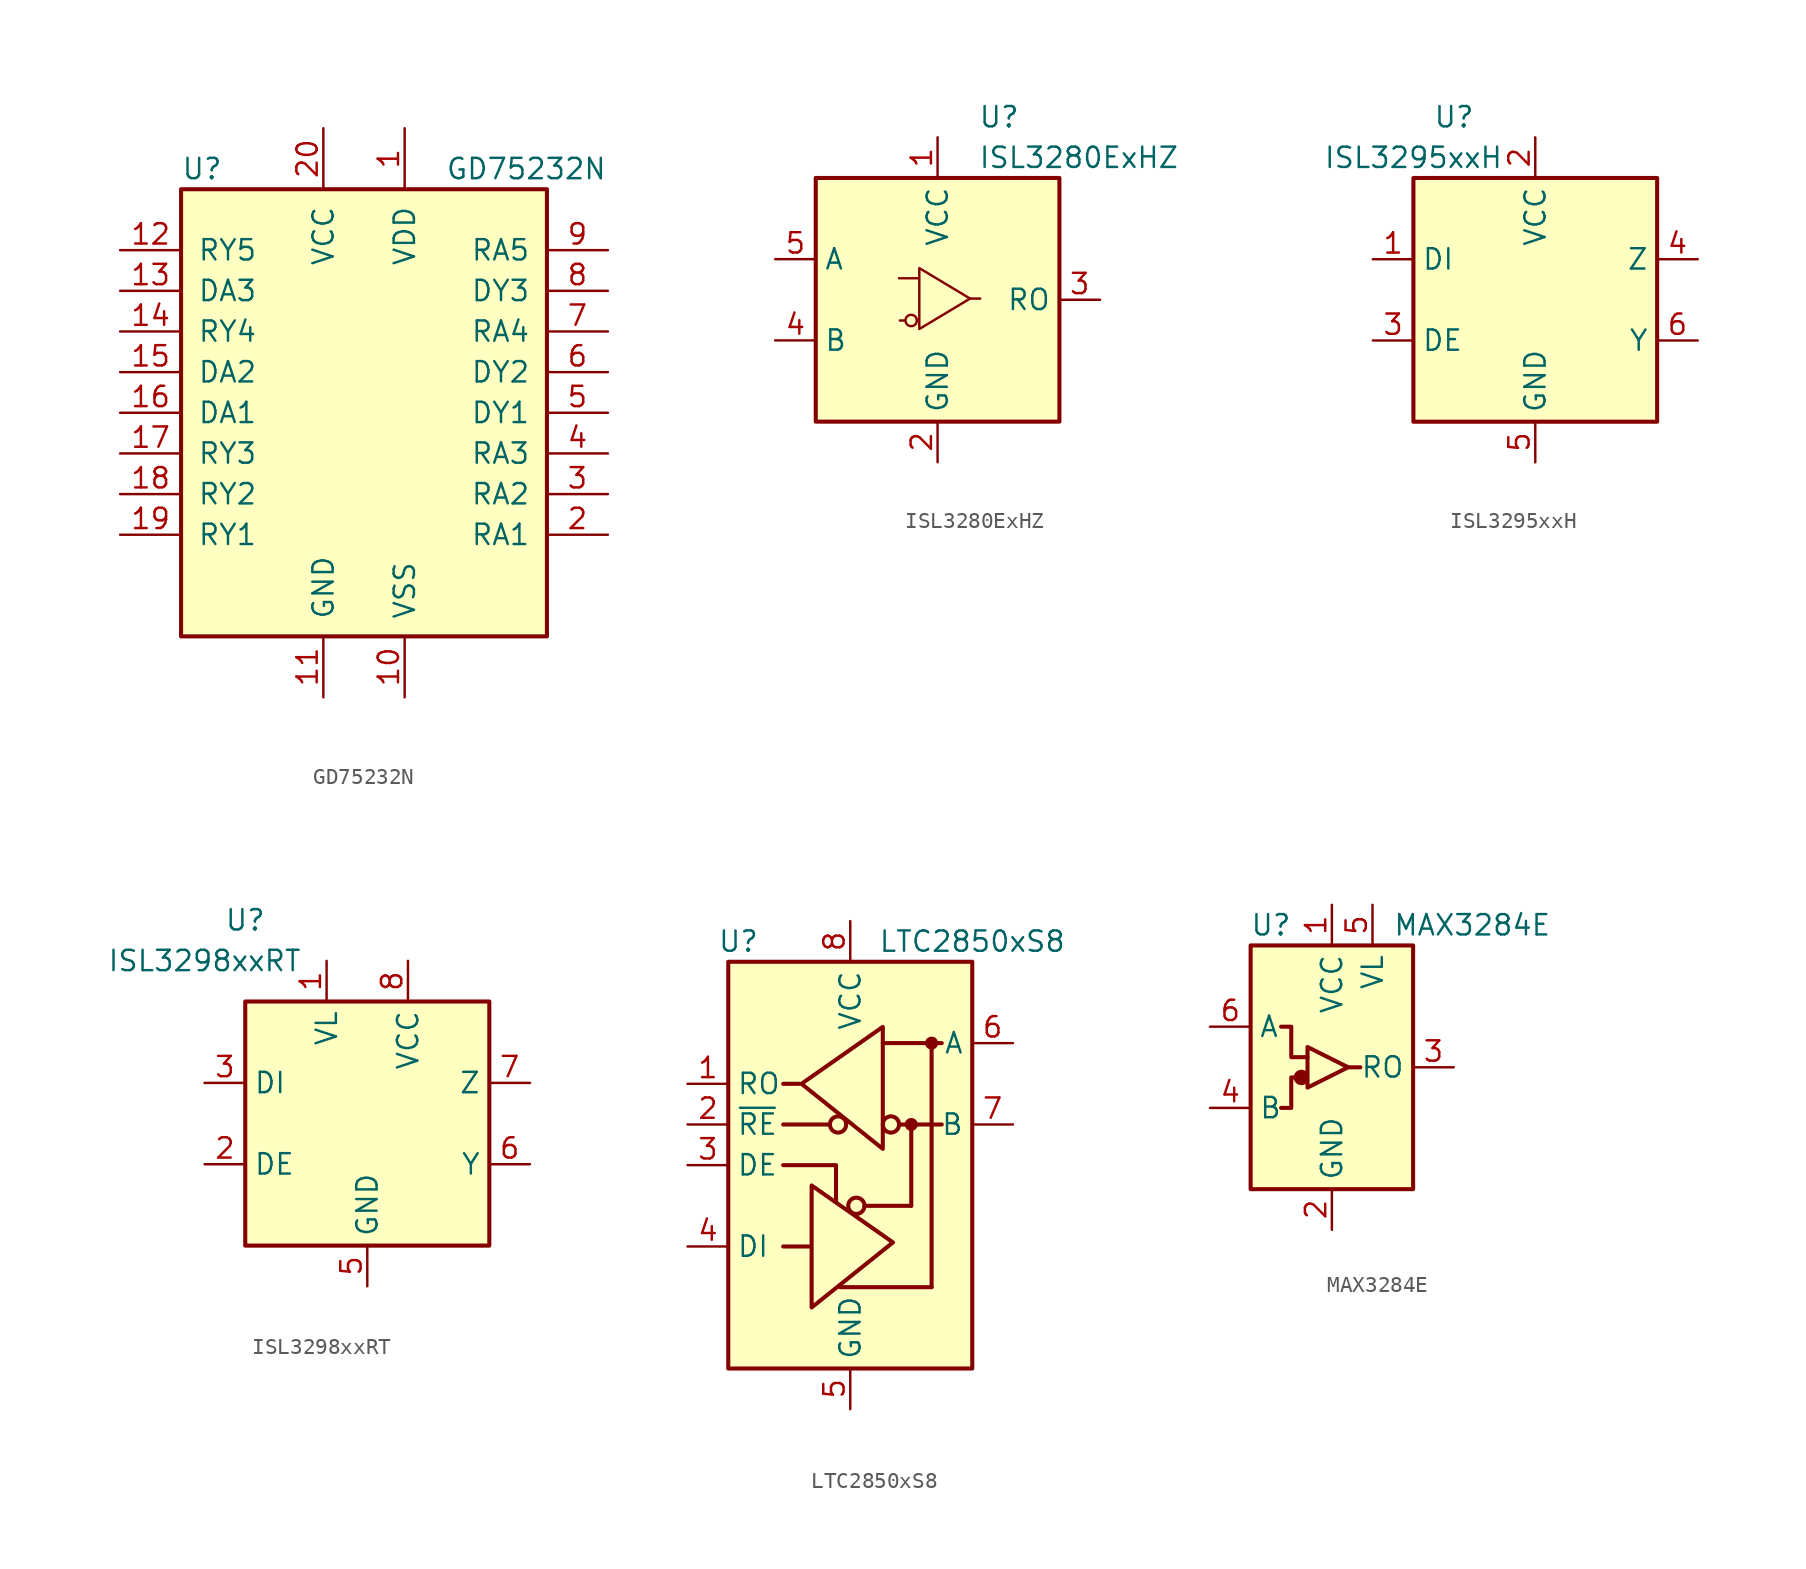
<source format=kicad_sym>
(kicad_symbol_lib
  (version 20201005)
  (generator kicad_symbol_editor)
  (symbol "Interface_UART:GD75232N"
    (pin_names
      (offset 1.016))
    (property "Reference" "U"
      (at -11.43 15.24 0)
      (effects (font (size 1.27 1.27)) (justify left)))
    (property "Value" "GD75232N"
      (at 5.08 15.24 0)
      (effects (font (size 1.27 1.27)) (justify left)))
    (symbol "GD75232N_0_1"
      (rectangle (start -11.43 13.97) (end 11.43 -13.97) (stroke (width 0.254)) (fill (type background))))
    (symbol "GD75232N_1_1"
      (pin power_in line (at 2.54 17.78 270) (length 3.81) (name "VDD" (effects (font (size 1.27 1.27)))) (number "1" (effects (font (size 1.27 1.27)))))
      (pin power_in line (at 2.54 -17.78 90) (length 3.81) (name "VSS" (effects (font (size 1.27 1.27)))) (number "10" (effects (font (size 1.27 1.27)))))
      (pin power_in line (at -2.54 -17.78 90) (length 3.81) (name "GND" (effects (font (size 1.27 1.27)))) (number "11" (effects (font (size 1.27 1.27)))))
      (pin output line (at -15.24 10.16 0) (length 3.81) (name "RY5" (effects (font (size 1.27 1.27)))) (number "12" (effects (font (size 1.27 1.27)))))
      (pin input line (at -15.24 7.62 0) (length 3.81) (name "DA3" (effects (font (size 1.27 1.27)))) (number "13" (effects (font (size 1.27 1.27)))))
      (pin output line (at -15.24 5.08 0) (length 3.81) (name "RY4" (effects (font (size 1.27 1.27)))) (number "14" (effects (font (size 1.27 1.27)))))
      (pin input line (at -15.24 2.54 0) (length 3.81) (name "DA2" (effects (font (size 1.27 1.27)))) (number "15" (effects (font (size 1.27 1.27)))))
      (pin input line (at -15.24 0 0) (length 3.81) (name "DA1" (effects (font (size 1.27 1.27)))) (number "16" (effects (font (size 1.27 1.27)))))
      (pin output line (at -15.24 -2.54 0) (length 3.81) (name "RY3" (effects (font (size 1.27 1.27)))) (number "17" (effects (font (size 1.27 1.27)))))
      (pin output line (at -15.24 -5.08 0) (length 3.81) (name "RY2" (effects (font (size 1.27 1.27)))) (number "18" (effects (font (size 1.27 1.27)))))
      (pin output line (at -15.24 -7.62 0) (length 3.81) (name "RY1" (effects (font (size 1.27 1.27)))) (number "19" (effects (font (size 1.27 1.27)))))
      (pin input line (at 15.24 -7.62 180) (length 3.81) (name "RA1" (effects (font (size 1.27 1.27)))) (number "2" (effects (font (size 1.27 1.27)))))
      (pin power_in line (at -2.54 17.78 270) (length 3.81) (name "VCC" (effects (font (size 1.27 1.27)))) (number "20" (effects (font (size 1.27 1.27)))))
      (pin input line (at 15.24 -5.08 180) (length 3.81) (name "RA2" (effects (font (size 1.27 1.27)))) (number "3" (effects (font (size 1.27 1.27)))))
      (pin input line (at 15.24 -2.54 180) (length 3.81) (name "RA3" (effects (font (size 1.27 1.27)))) (number "4" (effects (font (size 1.27 1.27)))))
      (pin output line (at 15.24 0 180) (length 3.81) (name "DY1" (effects (font (size 1.27 1.27)))) (number "5" (effects (font (size 1.27 1.27)))))
      (pin output line (at 15.24 2.54 180) (length 3.81) (name "DY2" (effects (font (size 1.27 1.27)))) (number "6" (effects (font (size 1.27 1.27)))))
      (pin input line (at 15.24 5.08 180) (length 3.81) (name "RA4" (effects (font (size 1.27 1.27)))) (number "7" (effects (font (size 1.27 1.27)))))
      (pin output line (at 15.24 7.62 180) (length 3.81) (name "DY3" (effects (font (size 1.27 1.27)))) (number "8" (effects (font (size 1.27 1.27)))))
      (pin input line (at 15.24 10.16 180) (length 3.81) (name "RA5" (effects (font (size 1.27 1.27)))) (number "9" (effects (font (size 1.27 1.27)))))))
  (symbol "Interface_UART:ISL3280ExHZ"
    (property "Reference" "U"
      (at 2.54 11.43 0)
      (effects (font (size 1.27 1.27)) (justify left)))
    (property "Value" "ISL3280ExHZ"
      (at 2.54 8.89 0)
      (effects (font (size 1.27 1.27)) (justify left)))
    (symbol "ISL3280ExHZ_0_1"
      (circle (center -1.651 -1.295) (radius 0.356) (stroke (width 0)) (fill (type none)))
      (rectangle (start 7.62 7.62) (end -7.62 -7.62) (stroke (width 0.254)) (fill (type background)))
      (polyline (pts (xy -2.057 -1.295) (xy -2.362 -1.295)) (stroke (width 0)) (fill (type none)))
      (polyline (pts (xy 2.032 0.076) (xy 2.667 0.076)) (stroke (width 0)) (fill (type none)))
      (polyline (pts (xy -1.143 1.981) (xy -1.143 -1.829) (xy 2.032 0.076) (xy -1.143 1.981) (xy -1.143 1.346) (xy -2.413 1.346)) (stroke (width 0)) (fill (type none))))
    (symbol "ISL3280ExHZ_1_1"
      (pin power_in line (at 0 10.16 270) (length 2.54) (name "VCC" (effects (font (size 1.27 1.27)))) (number "1" (effects (font (size 1.27 1.27)))))
      (pin power_in line (at 0 -10.16 90) (length 2.54) (name "GND" (effects (font (size 1.27 1.27)))) (number "2" (effects (font (size 1.27 1.27)))))
      (pin output line (at 10.16 0 180) (length 2.54) (name "RO" (effects (font (size 1.27 1.27)))) (number "3" (effects (font (size 1.27 1.27)))))
      (pin input line (at -10.16 -2.54 0) (length 2.54) (name "B" (effects (font (size 1.27 1.27)))) (number "4" (effects (font (size 1.27 1.27)))))
      (pin input line (at -10.16 2.54 0) (length 2.54) (name "A" (effects (font (size 1.27 1.27)))) (number "5" (effects (font (size 1.27 1.27)))))))
  (symbol "Interface_UART:ISL3295xxH"
    (property "Reference" "U"
      (at -5.08 11.43 0)
      (effects (font (size 1.27 1.27))))
    (property "Value" "ISL3295xxH"
      (at -7.62 8.89 0)
      (effects (font (size 1.27 1.27))))
    (symbol "ISL3295xxH_0_1"
      (polyline (pts (xy -7.62 7.62) (xy 7.62 7.62) (xy 7.62 -7.62) (xy -7.62 -7.62) (xy -7.62 7.62)) (stroke (width 0.254)) (fill (type background))))
    (symbol "ISL3295xxH_1_1"
      (pin input line (at -10.16 2.54 0) (length 2.54) (name "DI" (effects (font (size 1.27 1.27)))) (number "1" (effects (font (size 1.27 1.27)))))
      (pin power_in line (at 0 10.16 270) (length 2.54) (name "VCC" (effects (font (size 1.27 1.27)))) (number "2" (effects (font (size 1.27 1.27)))))
      (pin input line (at -10.16 -2.54 0) (length 2.54) (name "DE" (effects (font (size 1.27 1.27)))) (number "3" (effects (font (size 1.27 1.27)))))
      (pin output line (at 10.16 2.54 180) (length 2.54) (name "Z" (effects (font (size 1.27 1.27)))) (number "4" (effects (font (size 1.27 1.27)))))
      (pin power_in line (at 0 -10.16 90) (length 2.54) (name "GND" (effects (font (size 1.27 1.27)))) (number "5" (effects (font (size 1.27 1.27)))))
      (pin output line (at 10.16 -2.54 180) (length 2.54) (name "Y" (effects (font (size 1.27 1.27)))) (number "6" (effects (font (size 1.27 1.27)))))))
  (symbol "Interface_UART:ISL3298xxRT"
    (property "Reference" "U"
      (at -7.62 12.7 0)
      (effects (font (size 1.27 1.27))))
    (property "Value" "ISL3298xxRT"
      (at -10.16 10.16 0)
      (effects (font (size 1.27 1.27))))
    (symbol "ISL3298xxRT_0_1"
      (polyline (pts (xy -7.62 7.62) (xy 7.62 7.62) (xy 7.62 -7.62) (xy -7.62 -7.62) (xy -7.62 7.62)) (stroke (width 0.254)) (fill (type background))))
    (symbol "ISL3298xxRT_1_1"
      (pin power_in line (at -2.54 10.16 270) (length 2.54) (name "VL" (effects (font (size 1.27 1.27)))) (number "1" (effects (font (size 1.27 1.27)))))
      (pin input line (at -10.16 -2.54 0) (length 2.54) (name "DE" (effects (font (size 1.27 1.27)))) (number "2" (effects (font (size 1.27 1.27)))))
      (pin input line (at -10.16 2.54 0) (length 2.54) (name "DI" (effects (font (size 1.27 1.27)))) (number "3" (effects (font (size 1.27 1.27)))))
      (pin passive line (at 0 -10.16 90) (length 2.54) hide (name "GND" (effects (font (size 1.27 1.27)))) (number "4" (effects (font (size 1.27 1.27)))))
      (pin power_in line (at 0 -10.16 90) (length 2.54) (name "GND" (effects (font (size 1.27 1.27)))) (number "5" (effects (font (size 1.27 1.27)))))
      (pin output line (at 10.16 -2.54 180) (length 2.54) (name "Y" (effects (font (size 1.27 1.27)))) (number "6" (effects (font (size 1.27 1.27)))))
      (pin output line (at 10.16 2.54 180) (length 2.54) (name "Z" (effects (font (size 1.27 1.27)))) (number "7" (effects (font (size 1.27 1.27)))))
      (pin power_in line (at 2.54 10.16 270) (length 2.54) (name "VCC" (effects (font (size 1.27 1.27)))) (number "8" (effects (font (size 1.27 1.27)))))
      (pin passive line (at 0 -10.16 90) (length 2.54) hide (name "GND" (effects (font (size 1.27 1.27)))) (number "9" (effects (font (size 1.27 1.27)))))))
  (symbol "Interface_UART:LTC2850xS8"
    (property "Reference" "U"
      (at -6.985 13.97 0)
      (effects (font (size 1.27 1.27))))
    (property "Value" "LTC2850xS8"
      (at 7.62 13.97 0)
      (effects (font (size 1.27 1.27))))
    (symbol "LTC2850xS8_0_1"
      (circle (center 0.381 -2.54) (radius 0.508) (stroke (width 0.254)) (fill (type none)))
      (circle (center 3.81 2.54) (radius 0.279) (stroke (width 0.254)) (fill (type outline)))
      (rectangle (start -7.62 12.7) (end 7.62 -12.7) (stroke (width 0.254)) (fill (type background)))
      (polyline (pts (xy -4.191 2.54) (xy -1.27 2.54)) (stroke (width 0.254)) (fill (type none)))
      (polyline (pts (xy -2.54 -5.08) (xy -4.191 -5.08)) (stroke (width 0.254)) (fill (type none)))
      (polyline (pts (xy -0.635 -7.62) (xy 5.08 -7.62)) (stroke (width 0.254)) (fill (type none)))
      (polyline (pts (xy 0.889 -2.54) (xy 3.81 -2.54)) (stroke (width 0.254)) (fill (type none)))
      (polyline (pts (xy 2.032 7.62) (xy 5.715 7.62)) (stroke (width 0.254)) (fill (type none)))
      (polyline (pts (xy 3.048 2.54) (xy 5.715 2.54)) (stroke (width 0.254)) (fill (type none)))
      (polyline (pts (xy 3.81 -2.54) (xy 3.81 2.54)) (stroke (width 0.254)) (fill (type none)))
      (polyline (pts (xy 5.08 -7.62) (xy 5.08 7.62)) (stroke (width 0.254)) (fill (type none)))
      (polyline (pts (xy -4.191 0) (xy -0.889 0) (xy -0.889 -2.286)) (stroke (width 0.254)) (fill (type none)))
      (polyline (pts (xy -3.175 5.08) (xy -4.191 5.08) (xy -4.064 5.08)) (stroke (width 0.254)) (fill (type none)))
      (polyline (pts (xy -2.413 -5.08) (xy -2.413 -1.27) (xy 2.667 -4.826) (xy -2.413 -8.89) (xy -2.413 -5.08)) (stroke (width 0.254)) (fill (type none))))
    (symbol "LTC2850xS8_1_1"
      (circle (center -0.762 2.54) (radius 0.508) (stroke (width 0.254)) (fill (type none)))
      (circle (center 2.54 2.54) (radius 0.508) (stroke (width 0.254)) (fill (type none)))
      (circle (center 5.08 7.62) (radius 0.279) (stroke (width 0.254)) (fill (type outline)))
      (polyline (pts (xy 2.032 4.826) (xy 2.032 8.636) (xy -3.048 5.08) (xy 2.032 1.016) (xy 2.032 4.826)) (stroke (width 0.254)) (fill (type none)))
      (pin output line (at -10.16 5.08 0) (length 2.54) (name "RO" (effects (font (size 1.27 1.27)))) (number "1" (effects (font (size 1.27 1.27)))))
      (pin input line (at -10.16 2.54 0) (length 2.54) (name "~RE" (effects (font (size 1.27 1.27)))) (number "2" (effects (font (size 1.27 1.27)))))
      (pin input line (at -10.16 0 0) (length 2.54) (name "DE" (effects (font (size 1.27 1.27)))) (number "3" (effects (font (size 1.27 1.27)))))
      (pin input line (at -10.16 -5.08 0) (length 2.54) (name "DI" (effects (font (size 1.27 1.27)))) (number "4" (effects (font (size 1.27 1.27)))))
      (pin power_in line (at 0 -15.24 90) (length 2.54) (name "GND" (effects (font (size 1.27 1.27)))) (number "5" (effects (font (size 1.27 1.27)))))
      (pin bidirectional line (at 10.16 7.62 180) (length 2.54) (name "A" (effects (font (size 1.27 1.27)))) (number "6" (effects (font (size 1.27 1.27)))))
      (pin bidirectional line (at 10.16 2.54 180) (length 2.54) (name "B" (effects (font (size 1.27 1.27)))) (number "7" (effects (font (size 1.27 1.27)))))
      (pin power_in line (at 0 15.24 270) (length 2.54) (name "VCC" (effects (font (size 1.27 1.27)))) (number "8" (effects (font (size 1.27 1.27)))))))
  (symbol "Interface_UART:MAX3284E"
    (property "Reference" "U"
      (at -3.81 8.89 0)
      (effects (font (size 1.27 1.27))))
    (property "Value" "MAX3284E"
      (at 3.81 8.89 0)
      (effects (font (size 1.27 1.27)) (justify left)))
    (symbol "MAX3284E_0_1"
      (circle (center -1.905 -0.635) (radius 0.356) (stroke (width 0.254)) (fill (type outline)))
      (rectangle (start -5.08 7.62) (end 5.08 -7.62) (stroke (width 0.254)) (fill (type background)))
      (rectangle (start -1.524 0.635) (end -1.524 0.635) (stroke (width 0)) (fill (type none)))
      (polyline (pts (xy 1.778 0) (xy 1.016 0)) (stroke (width 0.254)) (fill (type none)))
      (polyline (pts (xy -1.905 -0.635) (xy -2.54 -0.635) (xy -2.54 -2.54) (xy -3.175 -2.54)) (stroke (width 0.254)) (fill (type none)))
      (polyline (pts (xy -1.524 0.635) (xy -2.54 0.635) (xy -2.54 2.54) (xy -3.175 2.54)) (stroke (width 0.254)) (fill (type none)))
      (polyline (pts (xy 1.016 0) (xy -1.524 1.27) (xy -1.524 -1.27) (xy 1.016 0)) (stroke (width 0.254)) (fill (type none))))
    (symbol "MAX3284E_1_1"
      (pin power_in line (at 0 10.16 270) (length 2.54) (name "VCC" (effects (font (size 1.27 1.27)))) (number "1" (effects (font (size 1.27 1.27)))))
      (pin power_in line (at 0 -10.16 90) (length 2.54) (name "GND" (effects (font (size 1.27 1.27)))) (number "2" (effects (font (size 1.27 1.27)))))
      (pin output line (at 7.62 0 180) (length 2.54) (name "RO" (effects (font (size 1.27 1.27)))) (number "3" (effects (font (size 1.27 1.27)))))
      (pin input line (at -7.62 -2.54 0) (length 2.54) (name "B" (effects (font (size 1.27 1.27)))) (number "4" (effects (font (size 1.27 1.27)))))
      (pin power_in line (at 2.54 10.16 270) (length 2.54) (name "VL" (effects (font (size 1.27 1.27)))) (number "5" (effects (font (size 1.27 1.27)))))
      (pin input line (at -7.62 2.54 0) (length 2.54) (name "A" (effects (font (size 1.27 1.27)))) (number "6" (effects (font (size 1.27 1.27))))))))
</source>
